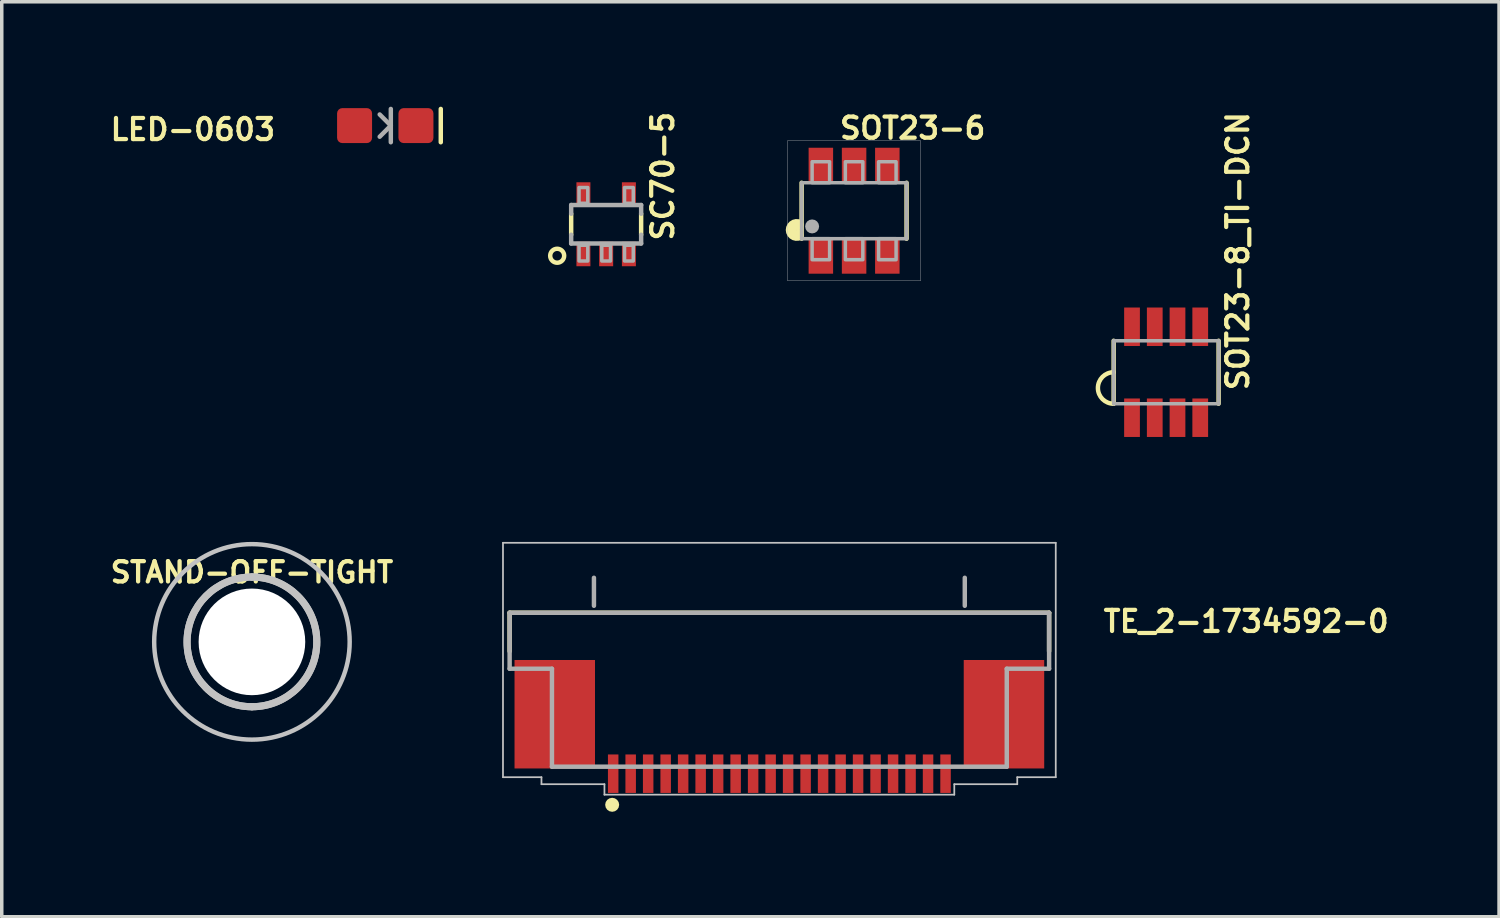
<source format=kicad_pcb>
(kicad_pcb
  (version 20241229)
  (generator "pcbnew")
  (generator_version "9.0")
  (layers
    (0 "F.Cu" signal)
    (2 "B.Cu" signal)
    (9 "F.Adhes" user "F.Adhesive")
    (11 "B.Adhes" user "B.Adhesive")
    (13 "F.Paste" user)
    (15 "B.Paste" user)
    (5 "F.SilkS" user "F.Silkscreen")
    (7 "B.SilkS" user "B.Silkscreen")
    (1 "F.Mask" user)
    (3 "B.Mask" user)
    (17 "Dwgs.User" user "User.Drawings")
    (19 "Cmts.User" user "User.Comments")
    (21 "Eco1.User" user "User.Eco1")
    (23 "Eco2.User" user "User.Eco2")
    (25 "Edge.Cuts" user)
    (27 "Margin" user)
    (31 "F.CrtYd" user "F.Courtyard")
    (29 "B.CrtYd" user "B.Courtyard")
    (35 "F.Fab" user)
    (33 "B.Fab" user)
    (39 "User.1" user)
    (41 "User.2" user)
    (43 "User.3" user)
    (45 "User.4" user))
  (footprint "SOT23-8_TI-DCN"
    (layer "F.Cu")
    (at 30.282 7.59)
    (property "Reference" "SOT23-8_TI-DCN" (at 2.4 0.58 90) (layer "F.SilkS") (effects (font (size 0.603 0.603) (thickness 0.121)) (justify left bottom)))
    (attr through_hole)
    (fp_line (start -1.5 -0.9) (end -1.5 0) (stroke (width 0.127) (type solid)) (layer "F.SilkS"))
    (fp_line (start -1.5 0) (end -1.5 0.9) (stroke (width 0.127) (type solid)) (layer "F.SilkS"))
    (fp_line (start 1.5 -0.9) (end 1.5 0.9) (stroke (width 0.127) (type solid)) (layer "F.SilkS"))
    (fp_arc (start -1.5 0.9) (mid -1.95 0.45) (end -1.5 0) (stroke (width 0.127) (type solid)) (layer "F.SilkS"))
    (fp_line (start -1.5 -0.9) (end -1.5 0.9) (stroke (width 0.1) (type solid)) (layer "F.Fab"))
    (fp_line (start -1.5 0.9) (end 1.5 0.9) (stroke (width 0.1) (type solid)) (layer "F.Fab"))
    (fp_line (start 1.5 -0.9) (end -1.5 -0.9) (stroke (width 0.1) (type solid)) (layer "F.Fab"))
    (fp_line (start 1.5 0.9) (end 1.5 -0.9) (stroke (width 0.1) (type solid)) (layer "F.Fab"))
    (pad "1" smd rect (at -0.975 1.3 90) (size 1.1 0.45) (layers "F.Cu" "F.Mask" "F.Paste"))
    (pad "2" smd rect (at -0.325 1.3 90) (size 1.1 0.45) (layers "F.Cu" "F.Mask" "F.Paste"))
    (pad "3" smd rect (at 0.325 1.3 90) (size 1.1 0.45) (layers "F.Cu" "F.Mask" "F.Paste"))
    (pad "4" smd rect (at 0.975 1.3 90) (size 1.1 0.45) (layers "F.Cu" "F.Mask" "F.Paste"))
    (pad "5" smd rect (at 0.975 -1.3 90) (size 1.1 0.45) (layers "F.Cu" "F.Mask" "F.Paste"))
    (pad "6" smd rect (at 0.325 -1.3 90) (size 1.1 0.45) (layers "F.Cu" "F.Mask" "F.Paste"))
    (pad "7" smd rect (at -0.325 -1.3 90) (size 1.1 0.45) (layers "F.Cu" "F.Mask" "F.Paste"))
    (pad "8" smd rect (at -0.975 -1.3 90) (size 1.1 0.45) (layers "F.Cu" "F.Mask" "F.Paste")))
  (footprint "LED-0603"
    (layer "F.Cu")
    (at 7.962 0.54)
    (property "Reference" "LED-0603" (at -5.5 0.465 180) (layer "F.SilkS") (effects (font (size 0.603 0.603) (thickness 0.121)) (justify bottom)))
    (attr through_hole)
    (fp_line (start 1.587 -0.476) (end 1.587 0.476) (stroke (width 0.127) (type solid)) (layer "F.SilkS"))
    (fp_line (start 0.159 -0.476) (end 0.159 0) (stroke (width 0.127) (type solid)) (layer "F.Fab"))
    (fp_line (start 0.159 0) (end -0.159 -0.318) (stroke (width 0.127) (type solid)) (layer "F.Fab"))
    (fp_line (start 0.159 0) (end -0.159 0.318) (stroke (width 0.127) (type solid)) (layer "F.Fab"))
    (fp_line (start 0.159 0) (end 0.159 0.476) (stroke (width 0.127) (type solid)) (layer "F.Fab"))
    (pad "A" smd roundrect (at -0.877 0 270) (size 1 1) (layers "F.Cu" "F.Mask" "F.Paste") (roundrect_rratio 0.15))
    (pad "C" smd roundrect (at 0.877 0 270) (size 1 1) (layers "F.Cu" "F.Mask" "F.Paste") (roundrect_rratio 0.15)))
  (footprint "TE_2-1734592-0"
    (layer "F.Cu")
    (at 19.227 17.365)
    (property "Reference" "TE_2-1734592-0" (at 9.2 -2.3 180) (layer "F.SilkS") (effects (font (size 0.603 0.603) (thickness 0.121)) (justify left bottom)))
    (attr through_hole)
    (fp_line (start -7.71 -2.9) (end -7.71 -1.8) (stroke (width 0.127) (type solid)) (layer "F.SilkS"))
    (fp_line (start 7.71 -2.9) (end -7.71 -2.9) (stroke (width 0.127) (type solid)) (layer "F.SilkS"))
    (fp_line (start 7.71 -1.8) (end 7.71 -2.9) (stroke (width 0.127) (type solid)) (layer "F.SilkS"))
    (fp_circle (center -4.779 2.589) (end -4.679 2.589) (stroke (width 0.2) (type solid)) (fill no) (layer "F.SilkS"))
    (fp_poly (pts (xy -7.2 1.1) (xy -5.6 1.1) (xy -5.6 -1.1) (xy -7.2 -1.1)) (stroke (width 0) (type solid)) (fill yes) (layer "F.Paste"))
    (fp_poly (pts (xy 5.7 1.1) (xy 7.3 1.1) (xy 7.3 -1.1) (xy 5.7 -1.1)) (stroke (width 0) (type solid)) (fill yes) (layer "F.Paste"))
    (fp_line (start -7.9 -4.9) (end -7.9 1.8) (stroke (width 0.05) (type solid)) (layer "Dwgs.User"))
    (fp_line (start -6.8 1.8) (end -7.9 1.8) (stroke (width 0.05) (type solid)) (layer "Dwgs.User"))
    (fp_line (start -6.8 2) (end -6.8 1.8) (stroke (width 0.05) (type solid)) (layer "Dwgs.User"))
    (fp_line (start -5 2) (end -6.8 2) (stroke (width 0.05) (type solid)) (layer "Dwgs.User"))
    (fp_line (start -5 2.3) (end -5 2) (stroke (width 0.05) (type solid)) (layer "Dwgs.User"))
    (fp_line (start -5 2.3) (end 5 2.3) (stroke (width 0.05) (type solid)) (layer "Dwgs.User"))
    (fp_line (start 5 2) (end 5 2.3) (stroke (width 0.05) (type solid)) (layer "Dwgs.User"))
    (fp_line (start 6.8 1.8) (end 6.8 2) (stroke (width 0.05) (type solid)) (layer "Dwgs.User"))
    (fp_line (start 6.8 2) (end 5 2) (stroke (width 0.05) (type solid)) (layer "Dwgs.User"))
    (fp_line (start 7.9 -4.9) (end -7.9 -4.9) (stroke (width 0.05) (type solid)) (layer "Dwgs.User"))
    (fp_line (start 7.9 1.8) (end 6.8 1.8) (stroke (width 0.05) (type solid)) (layer "Dwgs.User"))
    (fp_line (start 7.9 1.8) (end 7.9 -4.9) (stroke (width 0.05) (type solid)) (layer "Dwgs.User"))
    (fp_line (start -7.71 -1.3) (end -7.71 -2.9) (stroke (width 0.127) (type solid)) (layer "F.Fab"))
    (fp_line (start -6.5 -1.3) (end -7.71 -1.3) (stroke (width 0.127) (type solid)) (layer "F.Fab"))
    (fp_line (start -6.5 1.5) (end -6.5 -1.3) (stroke (width 0.127) (type solid)) (layer "F.Fab"))
    (fp_line (start -5.3 -3.1) (end -5.3 -3.9) (stroke (width 0.127) (type solid)) (layer "F.Fab"))
    (fp_line (start 5.3 -3.1) (end 5.3 -3.9) (stroke (width 0.127) (type solid)) (layer "F.Fab"))
    (fp_line (start 6.5 -1.3) (end 7.71 -1.3) (stroke (width 0.127) (type solid)) (layer "F.Fab"))
    (fp_line (start 6.5 1.5) (end -6.5 1.5) (stroke (width 0.127) (type solid)) (layer "F.Fab"))
    (fp_line (start 6.5 1.5) (end 6.5 -1.3) (stroke (width 0.127) (type solid)) (layer "F.Fab"))
    (fp_line (start 7.71 -2.9) (end -7.71 -2.9) (stroke (width 0.127) (type solid)) (layer "F.Fab"))
    (fp_line (start 7.71 -1.3) (end 7.71 -2.9) (stroke (width 0.127) (type solid)) (layer "F.Fab"))
    (pad "1" smd rect (at -4.75 1.7 90) (size 1.1 0.3) (layers "F.Cu" "F.Mask" "F.Paste"))
    (pad "2" smd rect (at -4.25 1.7 90) (size 1.1 0.3) (layers "F.Cu" "F.Mask" "F.Paste"))
    (pad "3" smd rect (at -3.75 1.7 90) (size 1.1 0.3) (layers "F.Cu" "F.Mask" "F.Paste"))
    (pad "4" smd rect (at -3.25 1.7 90) (size 1.1 0.3) (layers "F.Cu" "F.Mask" "F.Paste"))
    (pad "5" smd rect (at -2.75 1.7 90) (size 1.1 0.3) (layers "F.Cu" "F.Mask" "F.Paste"))
    (pad "6" smd rect (at -2.25 1.7 90) (size 1.1 0.3) (layers "F.Cu" "F.Mask" "F.Paste"))
    (pad "7" smd rect (at -1.75 1.7 90) (size 1.1 0.3) (layers "F.Cu" "F.Mask" "F.Paste"))
    (pad "8" smd rect (at -1.25 1.7 90) (size 1.1 0.3) (layers "F.Cu" "F.Mask" "F.Paste"))
    (pad "9" smd rect (at -0.75 1.7 90) (size 1.1 0.3) (layers "F.Cu" "F.Mask" "F.Paste"))
    (pad "10" smd rect (at -0.25 1.7 90) (size 1.1 0.3) (layers "F.Cu" "F.Mask" "F.Paste"))
    (pad "11" smd rect (at 0.25 1.7 90) (size 1.1 0.3) (layers "F.Cu" "F.Mask" "F.Paste"))
    (pad "12" smd rect (at 0.75 1.7 90) (size 1.1 0.3) (layers "F.Cu" "F.Mask" "F.Paste"))
    (pad "13" smd rect (at 1.25 1.7 90) (size 1.1 0.3) (layers "F.Cu" "F.Mask" "F.Paste"))
    (pad "14" smd rect (at 1.75 1.7 90) (size 1.1 0.3) (layers "F.Cu" "F.Mask" "F.Paste"))
    (pad "15" smd rect (at 2.25 1.7 90) (size 1.1 0.3) (layers "F.Cu" "F.Mask" "F.Paste"))
    (pad "16" smd rect (at 2.75 1.7 90) (size 1.1 0.3) (layers "F.Cu" "F.Mask" "F.Paste"))
    (pad "17" smd rect (at 3.25 1.7 90) (size 1.1 0.3) (layers "F.Cu" "F.Mask" "F.Paste"))
    (pad "18" smd rect (at 3.75 1.7 90) (size 1.1 0.3) (layers "F.Cu" "F.Mask" "F.Paste"))
    (pad "19" smd rect (at 4.25 1.7 90) (size 1.1 0.3) (layers "F.Cu" "F.Mask" "F.Paste"))
    (pad "20" smd rect (at 4.75 1.7 90) (size 1.1 0.3) (layers "F.Cu" "F.Mask" "F.Paste"))
    (pad "PAD1" smd rect (at 6.42 0 180) (size 2.3 3.1) (layers "F.Cu" "F.Mask"))
    (pad "PAD2" smd rect (at -6.42 0 180) (size 2.3 3.1) (layers "F.Cu" "F.Mask")))
  (footprint "SOT23-6"
    (layer "F.Cu")
    (at 21.363 2.973)
    (property "Reference" "SOT23-6" (at -0.473 -2.008 0) (layer "F.SilkS") (effects (font (size 0.603 0.603) (thickness 0.121)) (justify left bottom)))
    (attr through_hole)
    (fp_poly (pts (xy -0.53 -1.865) (xy -1.37 -1.865) (xy -1.37 -0.735) (xy -0.53 -0.735)) (stroke (width 0) (type solid)) (fill yes) (layer "F.Mask"))
    (fp_poly (pts (xy -0.53 0.735) (xy -1.37 0.735) (xy -1.37 1.865) (xy -0.53 1.865)) (stroke (width 0) (type solid)) (fill yes) (layer "F.Mask"))
    (fp_poly (pts (xy 0.42 -1.865) (xy -0.42 -1.865) (xy -0.42 -0.735) (xy 0.42 -0.735)) (stroke (width 0) (type solid)) (fill yes) (layer "F.Mask"))
    (fp_poly (pts (xy 0.42 0.735) (xy -0.42 0.735) (xy -0.42 1.865) (xy 0.42 1.865)) (stroke (width 0) (type solid)) (fill yes) (layer "F.Mask"))
    (fp_poly (pts (xy 1.37 -1.865) (xy 0.53 -1.865) (xy 0.53 -0.735) (xy 1.37 -0.735)) (stroke (width 0) (type solid)) (fill yes) (layer "F.Mask"))
    (fp_poly (pts (xy 1.37 0.735) (xy 0.53 0.735) (xy 0.53 1.865) (xy 1.37 1.865)) (stroke (width 0) (type solid)) (fill yes) (layer "F.Mask"))
    (fp_line (start -1.5 0.8) (end -1.5 -0.8) (stroke (width 0.127) (type solid)) (layer "F.SilkS"))
    (fp_line (start 1.5 -0.8) (end 1.5 0.8) (stroke (width 0.127) (type solid)) (layer "F.SilkS"))
    (fp_arc (start -1.61 0.7) (mid -1.792971 0.55) (end -1.61 0.4) (stroke (width 0.32) (type solid)) (layer "F.SilkS"))
    (fp_line (start -1.9 -2) (end -1.9 2) (stroke (width 0.01) (type solid)) (layer "Dwgs.User"))
    (fp_line (start -1.9 2) (end 1.9 2) (stroke (width 0.01) (type solid)) (layer "Dwgs.User"))
    (fp_line (start 1.9 -2) (end -1.9 -2) (stroke (width 0.01) (type solid)) (layer "Dwgs.User"))
    (fp_line (start 1.9 2) (end 1.9 -2) (stroke (width 0.01) (type solid)) (layer "Dwgs.User"))
    (fp_line (start -1.5 -0.8) (end 1.5 -0.8) (stroke (width 0.1) (type solid)) (layer "F.Fab"))
    (fp_line (start -1.5 0.8) (end -1.5 -0.8) (stroke (width 0.1) (type solid)) (layer "F.Fab"))
    (fp_line (start 1.5 -0.8) (end 1.5 0.8) (stroke (width 0.1) (type solid)) (layer "F.Fab"))
    (fp_line (start 1.5 0.8) (end -1.5 0.8) (stroke (width 0.1) (type solid)) (layer "F.Fab"))
    (fp_circle (center -1.2 0.449) (end -1.1 0.449) (stroke (width 0.2) (type solid)) (fill no) (layer "F.Fab"))
    (fp_poly (pts (xy -1.2 -0.8) (xy -0.7 -0.8) (xy -0.7 -1.4) (xy -1.2 -1.4)) (stroke (width 0.1) (type solid)) (fill no) (layer "F.Fab"))
    (fp_poly (pts (xy -1.2 1.4) (xy -0.7 1.4) (xy -0.7 0.8) (xy -1.2 0.8)) (stroke (width 0.1) (type solid)) (fill no) (layer "F.Fab"))
    (fp_poly (pts (xy -0.25 -0.8) (xy 0.25 -0.8) (xy 0.25 -1.4) (xy -0.25 -1.4)) (stroke (width 0.1) (type solid)) (fill no) (layer "F.Fab"))
    (fp_poly (pts (xy -0.25 1.4) (xy 0.25 1.4) (xy 0.25 0.8) (xy -0.25 0.8)) (stroke (width 0.1) (type solid)) (fill no) (layer "F.Fab"))
    (fp_poly (pts (xy 0.7 -0.8) (xy 1.2 -0.8) (xy 1.2 -1.4) (xy 0.7 -1.4)) (stroke (width 0.1) (type solid)) (fill no) (layer "F.Fab"))
    (fp_poly (pts (xy 0.7 1.4) (xy 1.2 1.4) (xy 1.2 0.8) (xy 0.7 0.8)) (stroke (width 0.1) (type solid)) (fill no) (layer "F.Fab"))
    (pad "1" smd rect (at -0.95 1.3) (size 0.7 1) (layers "F.Cu" "F.Mask" "F.Paste"))
    (pad "2" smd rect (at 0 1.3) (size 0.7 1) (layers "F.Cu" "F.Mask" "F.Paste"))
    (pad "3" smd rect (at 0.95 1.3) (size 0.7 1) (layers "F.Cu" "F.Mask" "F.Paste"))
    (pad "4" smd rect (at 0.95 -1.3) (size 0.7 1) (layers "F.Cu" "F.Mask" "F.Paste"))
    (pad "5" smd rect (at 0 -1.3) (size 0.7 1) (layers "F.Cu" "F.Mask" "F.Paste"))
    (pad "6" smd rect (at -0.95 -1.3) (size 0.7 1) (layers "F.Cu" "F.Mask" "F.Paste")))
  (footprint "STAND-OFF-TIGHT"
    (layer "F.Cu")
    (at 4.151 15.297)
    (property "Reference" "STAND-OFF-TIGHT" (at 0 -1.651 0) (layer "F.SilkS") (effects (font (size 0.579 0.579) (thickness 0.122)) (justify bottom)))
    (attr through_hole)
    (fp_arc (start 0 -1.8542) (mid 1.8542 0) (end 0 1.8542) (stroke (width 0.2032) (type solid)) (layer "Dwgs.User"))
    (fp_arc (start 0 -1.8542) (mid 1.8542 0) (end 0 1.8542) (stroke (width 0.2032) (type solid)) (layer "Dwgs.User"))
    (fp_arc (start 0 1.8542) (mid -1.8542 0) (end 0 -1.8542) (stroke (width 0.2032) (type solid)) (layer "Dwgs.User"))
    (fp_arc (start 0 1.8542) (mid -1.8542 0) (end 0 -1.8542) (stroke (width 0.2032) (type solid)) (layer "Dwgs.User"))
    (fp_circle (center 0 0) (end 2.794 0) (stroke (width 0.127) (type solid)) (fill no) (layer "Dwgs.User"))
    (pad "" np_thru_hole circle (at 0 0) (size 3.048 3.048) (drill 3.048) (layers "*.Cu" "*.Mask")))
  (footprint "SC70-5"
    (layer "F.Cu")
    (at 14.276 3.36)
    (property "Reference" "SC70-5" (at 1.97 0.53 90) (layer "F.SilkS") (effects (font (size 0.603 0.603) (thickness 0.121)) (justify left bottom)))
    (attr through_hole)
    (fp_line (start -1 -0.3) (end -1 0.3) (stroke (width 0.127) (type solid)) (layer "F.SilkS"))
    (fp_line (start 1 0.3) (end 1 -0.3) (stroke (width 0.127) (type solid)) (layer "F.SilkS"))
    (fp_circle (center -1.4 0.9) (end -1.2 0.9) (stroke (width 0.127) (type solid)) (fill no) (layer "F.SilkS"))
    (fp_line (start -1 -0.55) (end -1 -0.3) (stroke (width 0.127) (type solid)) (layer "F.Fab"))
    (fp_line (start -1 0.55) (end -1 0.3) (stroke (width 0.127) (type solid)) (layer "F.Fab"))
    (fp_line (start -1 0.55) (end 1 0.55) (stroke (width 0.127) (type solid)) (layer "F.Fab"))
    (fp_line (start 1 -0.55) (end -1 -0.55) (stroke (width 0.127) (type solid)) (layer "F.Fab"))
    (fp_line (start 1 -0.55) (end 1 -0.3) (stroke (width 0.127) (type solid)) (layer "F.Fab"))
    (fp_line (start 1 0.55) (end 1 0.3) (stroke (width 0.127) (type solid)) (layer "F.Fab"))
    (fp_poly (pts (xy -0.775 -0.6) (xy -0.525 -0.6) (xy -0.525 -1.05) (xy -0.775 -1.05)) (stroke (width 0.1) (type solid)) (fill no) (layer "F.Fab"))
    (fp_poly (pts (xy -0.775 1.05) (xy -0.525 1.05) (xy -0.525 0.6) (xy -0.775 0.6)) (stroke (width 0.1) (type solid)) (fill no) (layer "F.Fab"))
    (fp_poly (pts (xy -0.125 1.05) (xy 0.125 1.05) (xy 0.125 0.6) (xy -0.125 0.6)) (stroke (width 0.1) (type solid)) (fill no) (layer "F.Fab"))
    (fp_poly (pts (xy 0.525 -0.6) (xy 0.775 -0.6) (xy 0.775 -1.05) (xy 0.525 -1.05)) (stroke (width 0.1) (type solid)) (fill no) (layer "F.Fab"))
    (fp_poly (pts (xy 0.525 1.05) (xy 0.775 1.05) (xy 0.775 0.6) (xy 0.525 0.6)) (stroke (width 0.1) (type solid)) (fill no) (layer "F.Fab"))
    (pad "1" smd rect (at -0.65 0.85) (size 0.4 0.7) (layers "F.Cu" "F.Mask" "F.Paste"))
    (pad "2" smd rect (at 0 0.85) (size 0.4 0.7) (layers "F.Cu" "F.Mask" "F.Paste"))
    (pad "3" smd rect (at 0.65 0.85) (size 0.4 0.7) (layers "F.Cu" "F.Mask" "F.Paste"))
    (pad "4" smd rect (at 0.65 -0.85) (size 0.4 0.7) (layers "F.Cu" "F.Mask" "F.Paste"))
    (pad "5" smd rect (at -0.65 -0.85) (size 0.4 0.7) (layers "F.Cu" "F.Mask" "F.Paste")))
  (gr_rect
    (start -3 -3)
    (end 39.798 23.154)
    (stroke (width 0.1) (type default))
    (fill no)
    (layer "Edge.Cuts")))
</source>
